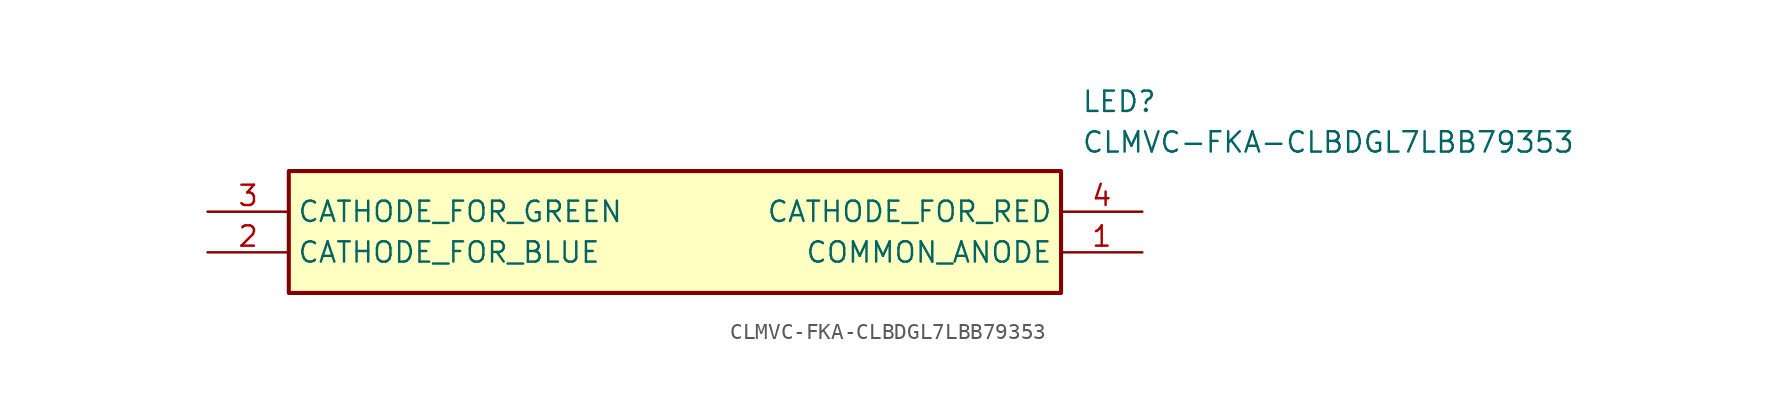
<source format=kicad_sym>
(kicad_symbol_lib
  (version 20211014)
  (generator SamacSys_ECAD_Model)
  (symbol "CLMVC-FKA-CLBDGL7LBB79353"
    (property "Reference" "LED"
      (at 54.61 7.62 0)
      (effects (font (size 1.27 1.27)) (justify left top)))
    (property "Value" "CLMVC-FKA-CLBDGL7LBB79353"
      (at 54.61 5.08 0)
      (effects (font (size 1.27 1.27)) (justify left top)))
    (rectangle
      (start 5.08 2.54)
      (end 53.34 -5.08)
      (stroke (width 0.254) (type default))
      (fill (type background)))
    (pin passive line
      (at 58.42 -2.54 180)
      (length 5.08)
      (name "COMMON_ANODE" (effects (font (size 1.27 1.27))))
      (number "1" (effects (font (size 1.27 1.27)))))
    (pin passive line
      (at 0 -2.54 0)
      (length 5.08)
      (name "CATHODE_FOR_BLUE" (effects (font (size 1.27 1.27))))
      (number "2" (effects (font (size 1.27 1.27)))))
    (pin passive line
      (at 0 0 0)
      (length 5.08)
      (name "CATHODE_FOR_GREEN" (effects (font (size 1.27 1.27))))
      (number "3" (effects (font (size 1.27 1.27)))))
    (pin passive line
      (at 58.42 0 180)
      (length 5.08)
      (name "CATHODE_FOR_RED" (effects (font (size 1.27 1.27))))
      (number "4" (effects (font (size 1.27 1.27)))))))
</source>
